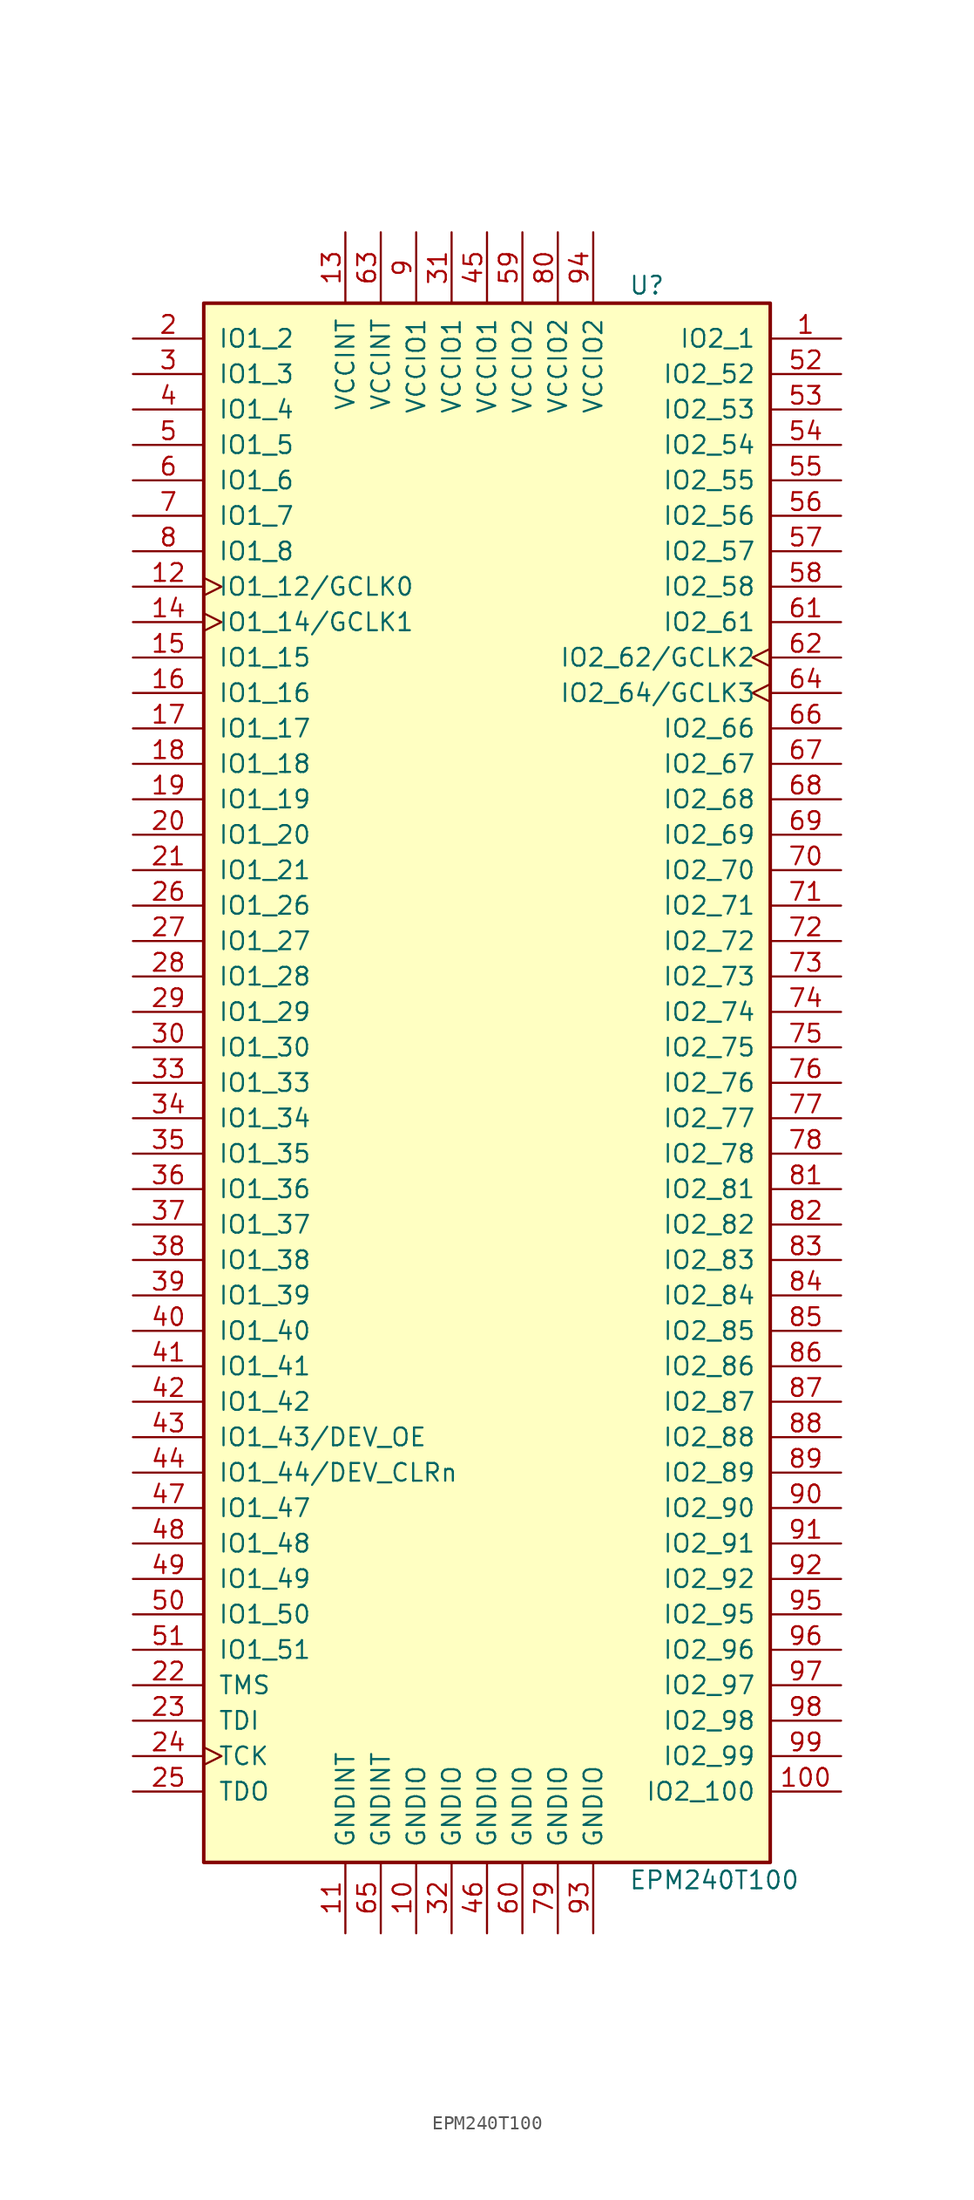
<source format=kicad_sym>
(kicad_symbol_lib
  (version 20231120)
  (generator "kicad_symbol_editor")
  (generator_version "8.0")
  (symbol "EPM240T100"
    (pin_names
      (offset 1.016))
    (property "Reference" "U"
      (at 10.16 57.15 0)
      (effects (font (size 1.27 1.27)) (justify left)))
    (property "Value" "EPM240T100"
      (at 10.16 -57.15 0)
      (effects (font (size 1.27 1.27)) (justify left)))
    (property "ki_locked" ""
      (at 0 0 0)
      (effects (font (size 1.27 1.27))))
    (symbol "EPM240T100_1_1"
      (rectangle (start -20.32 55.88) (end 20.32 -55.88) (stroke (width 0.254) (type default)) (fill (type background)))
      (pin bidirectional line (at 25.4 53.34 180) (length 5.08) (name "IO2_1" (effects (font (size 1.27 1.27)))) (number "1" (effects (font (size 1.27 1.27)))))
      (pin power_in line (at -5.08 -60.96 90) (length 5.08) (name "GNDIO" (effects (font (size 1.27 1.27)))) (number "10" (effects (font (size 1.27 1.27)))))
      (pin bidirectional line (at 25.4 -50.8 180) (length 5.08) (name "IO2_100" (effects (font (size 1.27 1.27)))) (number "100" (effects (font (size 1.27 1.27)))))
      (pin power_in line (at -10.16 -60.96 90) (length 5.08) (name "GNDINT" (effects (font (size 1.27 1.27)))) (number "11" (effects (font (size 1.27 1.27)))))
      (pin bidirectional clock (at -25.4 35.56 0) (length 5.08) (name "IO1_12/GCLK0" (effects (font (size 1.27 1.27)))) (number "12" (effects (font (size 1.27 1.27)))))
      (pin power_in line (at -10.16 60.96 270) (length 5.08) (name "VCCINT" (effects (font (size 1.27 1.27)))) (number "13" (effects (font (size 1.27 1.27)))))
      (pin bidirectional clock (at -25.4 33.02 0) (length 5.08) (name "IO1_14/GCLK1" (effects (font (size 1.27 1.27)))) (number "14" (effects (font (size 1.27 1.27)))))
      (pin bidirectional line (at -25.4 30.48 0) (length 5.08) (name "IO1_15" (effects (font (size 1.27 1.27)))) (number "15" (effects (font (size 1.27 1.27)))))
      (pin bidirectional line (at -25.4 27.94 0) (length 5.08) (name "IO1_16" (effects (font (size 1.27 1.27)))) (number "16" (effects (font (size 1.27 1.27)))))
      (pin bidirectional line (at -25.4 25.4 0) (length 5.08) (name "IO1_17" (effects (font (size 1.27 1.27)))) (number "17" (effects (font (size 1.27 1.27)))))
      (pin bidirectional line (at -25.4 22.86 0) (length 5.08) (name "IO1_18" (effects (font (size 1.27 1.27)))) (number "18" (effects (font (size 1.27 1.27)))))
      (pin bidirectional line (at -25.4 20.32 0) (length 5.08) (name "IO1_19" (effects (font (size 1.27 1.27)))) (number "19" (effects (font (size 1.27 1.27)))))
      (pin bidirectional line (at -25.4 53.34 0) (length 5.08) (name "IO1_2" (effects (font (size 1.27 1.27)))) (number "2" (effects (font (size 1.27 1.27)))))
      (pin bidirectional line (at -25.4 17.78 0) (length 5.08) (name "IO1_20" (effects (font (size 1.27 1.27)))) (number "20" (effects (font (size 1.27 1.27)))))
      (pin bidirectional line (at -25.4 15.24 0) (length 5.08) (name "IO1_21" (effects (font (size 1.27 1.27)))) (number "21" (effects (font (size 1.27 1.27)))))
      (pin input line (at -25.4 -43.18 0) (length 5.08) (name "TMS" (effects (font (size 1.27 1.27)))) (number "22" (effects (font (size 1.27 1.27)))))
      (pin input line (at -25.4 -45.72 0) (length 5.08) (name "TDI" (effects (font (size 1.27 1.27)))) (number "23" (effects (font (size 1.27 1.27)))))
      (pin input clock (at -25.4 -48.26 0) (length 5.08) (name "TCK" (effects (font (size 1.27 1.27)))) (number "24" (effects (font (size 1.27 1.27)))))
      (pin output line (at -25.4 -50.8 0) (length 5.08) (name "TDO" (effects (font (size 1.27 1.27)))) (number "25" (effects (font (size 1.27 1.27)))))
      (pin bidirectional line (at -25.4 12.7 0) (length 5.08) (name "IO1_26" (effects (font (size 1.27 1.27)))) (number "26" (effects (font (size 1.27 1.27)))))
      (pin bidirectional line (at -25.4 10.16 0) (length 5.08) (name "IO1_27" (effects (font (size 1.27 1.27)))) (number "27" (effects (font (size 1.27 1.27)))))
      (pin bidirectional line (at -25.4 7.62 0) (length 5.08) (name "IO1_28" (effects (font (size 1.27 1.27)))) (number "28" (effects (font (size 1.27 1.27)))))
      (pin bidirectional line (at -25.4 5.08 0) (length 5.08) (name "IO1_29" (effects (font (size 1.27 1.27)))) (number "29" (effects (font (size 1.27 1.27)))))
      (pin bidirectional line (at -25.4 50.8 0) (length 5.08) (name "IO1_3" (effects (font (size 1.27 1.27)))) (number "3" (effects (font (size 1.27 1.27)))))
      (pin bidirectional line (at -25.4 2.54 0) (length 5.08) (name "IO1_30" (effects (font (size 1.27 1.27)))) (number "30" (effects (font (size 1.27 1.27)))))
      (pin power_in line (at -2.54 60.96 270) (length 5.08) (name "VCCIO1" (effects (font (size 1.27 1.27)))) (number "31" (effects (font (size 1.27 1.27)))))
      (pin power_in line (at -2.54 -60.96 90) (length 5.08) (name "GNDIO" (effects (font (size 1.27 1.27)))) (number "32" (effects (font (size 1.27 1.27)))))
      (pin bidirectional line (at -25.4 0 0) (length 5.08) (name "IO1_33" (effects (font (size 1.27 1.27)))) (number "33" (effects (font (size 1.27 1.27)))))
      (pin bidirectional line (at -25.4 -2.54 0) (length 5.08) (name "IO1_34" (effects (font (size 1.27 1.27)))) (number "34" (effects (font (size 1.27 1.27)))))
      (pin bidirectional line (at -25.4 -5.08 0) (length 5.08) (name "IO1_35" (effects (font (size 1.27 1.27)))) (number "35" (effects (font (size 1.27 1.27)))))
      (pin bidirectional line (at -25.4 -7.62 0) (length 5.08) (name "IO1_36" (effects (font (size 1.27 1.27)))) (number "36" (effects (font (size 1.27 1.27)))))
      (pin bidirectional line (at -25.4 -10.16 0) (length 5.08) (name "IO1_37" (effects (font (size 1.27 1.27)))) (number "37" (effects (font (size 1.27 1.27)))))
      (pin bidirectional line (at -25.4 -12.7 0) (length 5.08) (name "IO1_38" (effects (font (size 1.27 1.27)))) (number "38" (effects (font (size 1.27 1.27)))))
      (pin bidirectional line (at -25.4 -15.24 0) (length 5.08) (name "IO1_39" (effects (font (size 1.27 1.27)))) (number "39" (effects (font (size 1.27 1.27)))))
      (pin bidirectional line (at -25.4 48.26 0) (length 5.08) (name "IO1_4" (effects (font (size 1.27 1.27)))) (number "4" (effects (font (size 1.27 1.27)))))
      (pin bidirectional line (at -25.4 -17.78 0) (length 5.08) (name "IO1_40" (effects (font (size 1.27 1.27)))) (number "40" (effects (font (size 1.27 1.27)))))
      (pin bidirectional line (at -25.4 -20.32 0) (length 5.08) (name "IO1_41" (effects (font (size 1.27 1.27)))) (number "41" (effects (font (size 1.27 1.27)))))
      (pin bidirectional line (at -25.4 -22.86 0) (length 5.08) (name "IO1_42" (effects (font (size 1.27 1.27)))) (number "42" (effects (font (size 1.27 1.27)))))
      (pin bidirectional line (at -25.4 -25.4 0) (length 5.08) (name "IO1_43/DEV_OE" (effects (font (size 1.27 1.27)))) (number "43" (effects (font (size 1.27 1.27)))))
      (pin bidirectional line (at -25.4 -27.94 0) (length 5.08) (name "IO1_44/DEV_CLRn" (effects (font (size 1.27 1.27)))) (number "44" (effects (font (size 1.27 1.27)))))
      (pin power_in line (at 0 60.96 270) (length 5.08) (name "VCCIO1" (effects (font (size 1.27 1.27)))) (number "45" (effects (font (size 1.27 1.27)))))
      (pin power_in line (at 0 -60.96 90) (length 5.08) (name "GNDIO" (effects (font (size 1.27 1.27)))) (number "46" (effects (font (size 1.27 1.27)))))
      (pin bidirectional line (at -25.4 -30.48 0) (length 5.08) (name "IO1_47" (effects (font (size 1.27 1.27)))) (number "47" (effects (font (size 1.27 1.27)))))
      (pin bidirectional line (at -25.4 -33.02 0) (length 5.08) (name "IO1_48" (effects (font (size 1.27 1.27)))) (number "48" (effects (font (size 1.27 1.27)))))
      (pin bidirectional line (at -25.4 -35.56 0) (length 5.08) (name "IO1_49" (effects (font (size 1.27 1.27)))) (number "49" (effects (font (size 1.27 1.27)))))
      (pin bidirectional line (at -25.4 45.72 0) (length 5.08) (name "IO1_5" (effects (font (size 1.27 1.27)))) (number "5" (effects (font (size 1.27 1.27)))))
      (pin bidirectional line (at -25.4 -38.1 0) (length 5.08) (name "IO1_50" (effects (font (size 1.27 1.27)))) (number "50" (effects (font (size 1.27 1.27)))))
      (pin bidirectional line (at -25.4 -40.64 0) (length 5.08) (name "IO1_51" (effects (font (size 1.27 1.27)))) (number "51" (effects (font (size 1.27 1.27)))))
      (pin bidirectional line (at 25.4 50.8 180) (length 5.08) (name "IO2_52" (effects (font (size 1.27 1.27)))) (number "52" (effects (font (size 1.27 1.27)))))
      (pin bidirectional line (at 25.4 48.26 180) (length 5.08) (name "IO2_53" (effects (font (size 1.27 1.27)))) (number "53" (effects (font (size 1.27 1.27)))))
      (pin bidirectional line (at 25.4 45.72 180) (length 5.08) (name "IO2_54" (effects (font (size 1.27 1.27)))) (number "54" (effects (font (size 1.27 1.27)))))
      (pin bidirectional line (at 25.4 43.18 180) (length 5.08) (name "IO2_55" (effects (font (size 1.27 1.27)))) (number "55" (effects (font (size 1.27 1.27)))))
      (pin bidirectional line (at 25.4 40.64 180) (length 5.08) (name "IO2_56" (effects (font (size 1.27 1.27)))) (number "56" (effects (font (size 1.27 1.27)))))
      (pin bidirectional line (at 25.4 38.1 180) (length 5.08) (name "IO2_57" (effects (font (size 1.27 1.27)))) (number "57" (effects (font (size 1.27 1.27)))))
      (pin bidirectional line (at 25.4 35.56 180) (length 5.08) (name "IO2_58" (effects (font (size 1.27 1.27)))) (number "58" (effects (font (size 1.27 1.27)))))
      (pin power_in line (at 2.54 60.96 270) (length 5.08) (name "VCCIO2" (effects (font (size 1.27 1.27)))) (number "59" (effects (font (size 1.27 1.27)))))
      (pin bidirectional line (at -25.4 43.18 0) (length 5.08) (name "IO1_6" (effects (font (size 1.27 1.27)))) (number "6" (effects (font (size 1.27 1.27)))))
      (pin power_in line (at 2.54 -60.96 90) (length 5.08) (name "GNDIO" (effects (font (size 1.27 1.27)))) (number "60" (effects (font (size 1.27 1.27)))))
      (pin bidirectional line (at 25.4 33.02 180) (length 5.08) (name "IO2_61" (effects (font (size 1.27 1.27)))) (number "61" (effects (font (size 1.27 1.27)))))
      (pin bidirectional clock (at 25.4 30.48 180) (length 5.08) (name "IO2_62/GCLK2" (effects (font (size 1.27 1.27)))) (number "62" (effects (font (size 1.27 1.27)))))
      (pin power_in line (at -7.62 60.96 270) (length 5.08) (name "VCCINT" (effects (font (size 1.27 1.27)))) (number "63" (effects (font (size 1.27 1.27)))))
      (pin bidirectional clock (at 25.4 27.94 180) (length 5.08) (name "IO2_64/GCLK3" (effects (font (size 1.27 1.27)))) (number "64" (effects (font (size 1.27 1.27)))))
      (pin power_in line (at -7.62 -60.96 90) (length 5.08) (name "GNDINT" (effects (font (size 1.27 1.27)))) (number "65" (effects (font (size 1.27 1.27)))))
      (pin bidirectional line (at 25.4 25.4 180) (length 5.08) (name "IO2_66" (effects (font (size 1.27 1.27)))) (number "66" (effects (font (size 1.27 1.27)))))
      (pin bidirectional line (at 25.4 22.86 180) (length 5.08) (name "IO2_67" (effects (font (size 1.27 1.27)))) (number "67" (effects (font (size 1.27 1.27)))))
      (pin bidirectional line (at 25.4 20.32 180) (length 5.08) (name "IO2_68" (effects (font (size 1.27 1.27)))) (number "68" (effects (font (size 1.27 1.27)))))
      (pin bidirectional line (at 25.4 17.78 180) (length 5.08) (name "IO2_69" (effects (font (size 1.27 1.27)))) (number "69" (effects (font (size 1.27 1.27)))))
      (pin bidirectional line (at -25.4 40.64 0) (length 5.08) (name "IO1_7" (effects (font (size 1.27 1.27)))) (number "7" (effects (font (size 1.27 1.27)))))
      (pin bidirectional line (at 25.4 15.24 180) (length 5.08) (name "IO2_70" (effects (font (size 1.27 1.27)))) (number "70" (effects (font (size 1.27 1.27)))))
      (pin bidirectional line (at 25.4 12.7 180) (length 5.08) (name "IO2_71" (effects (font (size 1.27 1.27)))) (number "71" (effects (font (size 1.27 1.27)))))
      (pin bidirectional line (at 25.4 10.16 180) (length 5.08) (name "IO2_72" (effects (font (size 1.27 1.27)))) (number "72" (effects (font (size 1.27 1.27)))))
      (pin bidirectional line (at 25.4 7.62 180) (length 5.08) (name "IO2_73" (effects (font (size 1.27 1.27)))) (number "73" (effects (font (size 1.27 1.27)))))
      (pin bidirectional line (at 25.4 5.08 180) (length 5.08) (name "IO2_74" (effects (font (size 1.27 1.27)))) (number "74" (effects (font (size 1.27 1.27)))))
      (pin bidirectional line (at 25.4 2.54 180) (length 5.08) (name "IO2_75" (effects (font (size 1.27 1.27)))) (number "75" (effects (font (size 1.27 1.27)))))
      (pin bidirectional line (at 25.4 0 180) (length 5.08) (name "IO2_76" (effects (font (size 1.27 1.27)))) (number "76" (effects (font (size 1.27 1.27)))))
      (pin bidirectional line (at 25.4 -2.54 180) (length 5.08) (name "IO2_77" (effects (font (size 1.27 1.27)))) (number "77" (effects (font (size 1.27 1.27)))))
      (pin bidirectional line (at 25.4 -5.08 180) (length 5.08) (name "IO2_78" (effects (font (size 1.27 1.27)))) (number "78" (effects (font (size 1.27 1.27)))))
      (pin power_in line (at 5.08 -60.96 90) (length 5.08) (name "GNDIO" (effects (font (size 1.27 1.27)))) (number "79" (effects (font (size 1.27 1.27)))))
      (pin bidirectional line (at -25.4 38.1 0) (length 5.08) (name "IO1_8" (effects (font (size 1.27 1.27)))) (number "8" (effects (font (size 1.27 1.27)))))
      (pin power_in line (at 5.08 60.96 270) (length 5.08) (name "VCCIO2" (effects (font (size 1.27 1.27)))) (number "80" (effects (font (size 1.27 1.27)))))
      (pin bidirectional line (at 25.4 -7.62 180) (length 5.08) (name "IO2_81" (effects (font (size 1.27 1.27)))) (number "81" (effects (font (size 1.27 1.27)))))
      (pin bidirectional line (at 25.4 -10.16 180) (length 5.08) (name "IO2_82" (effects (font (size 1.27 1.27)))) (number "82" (effects (font (size 1.27 1.27)))))
      (pin bidirectional line (at 25.4 -12.7 180) (length 5.08) (name "IO2_83" (effects (font (size 1.27 1.27)))) (number "83" (effects (font (size 1.27 1.27)))))
      (pin bidirectional line (at 25.4 -15.24 180) (length 5.08) (name "IO2_84" (effects (font (size 1.27 1.27)))) (number "84" (effects (font (size 1.27 1.27)))))
      (pin bidirectional line (at 25.4 -17.78 180) (length 5.08) (name "IO2_85" (effects (font (size 1.27 1.27)))) (number "85" (effects (font (size 1.27 1.27)))))
      (pin bidirectional line (at 25.4 -20.32 180) (length 5.08) (name "IO2_86" (effects (font (size 1.27 1.27)))) (number "86" (effects (font (size 1.27 1.27)))))
      (pin bidirectional line (at 25.4 -22.86 180) (length 5.08) (name "IO2_87" (effects (font (size 1.27 1.27)))) (number "87" (effects (font (size 1.27 1.27)))))
      (pin bidirectional line (at 25.4 -25.4 180) (length 5.08) (name "IO2_88" (effects (font (size 1.27 1.27)))) (number "88" (effects (font (size 1.27 1.27)))))
      (pin bidirectional line (at 25.4 -27.94 180) (length 5.08) (name "IO2_89" (effects (font (size 1.27 1.27)))) (number "89" (effects (font (size 1.27 1.27)))))
      (pin power_in line (at -5.08 60.96 270) (length 5.08) (name "VCCIO1" (effects (font (size 1.27 1.27)))) (number "9" (effects (font (size 1.27 1.27)))))
      (pin bidirectional line (at 25.4 -30.48 180) (length 5.08) (name "IO2_90" (effects (font (size 1.27 1.27)))) (number "90" (effects (font (size 1.27 1.27)))))
      (pin bidirectional line (at 25.4 -33.02 180) (length 5.08) (name "IO2_91" (effects (font (size 1.27 1.27)))) (number "91" (effects (font (size 1.27 1.27)))))
      (pin bidirectional line (at 25.4 -35.56 180) (length 5.08) (name "IO2_92" (effects (font (size 1.27 1.27)))) (number "92" (effects (font (size 1.27 1.27)))))
      (pin power_in line (at 7.62 -60.96 90) (length 5.08) (name "GNDIO" (effects (font (size 1.27 1.27)))) (number "93" (effects (font (size 1.27 1.27)))))
      (pin power_in line (at 7.62 60.96 270) (length 5.08) (name "VCCIO2" (effects (font (size 1.27 1.27)))) (number "94" (effects (font (size 1.27 1.27)))))
      (pin bidirectional line (at 25.4 -38.1 180) (length 5.08) (name "IO2_95" (effects (font (size 1.27 1.27)))) (number "95" (effects (font (size 1.27 1.27)))))
      (pin bidirectional line (at 25.4 -40.64 180) (length 5.08) (name "IO2_96" (effects (font (size 1.27 1.27)))) (number "96" (effects (font (size 1.27 1.27)))))
      (pin bidirectional line (at 25.4 -43.18 180) (length 5.08) (name "IO2_97" (effects (font (size 1.27 1.27)))) (number "97" (effects (font (size 1.27 1.27)))))
      (pin bidirectional line (at 25.4 -45.72 180) (length 5.08) (name "IO2_98" (effects (font (size 1.27 1.27)))) (number "98" (effects (font (size 1.27 1.27)))))
      (pin bidirectional line (at 25.4 -48.26 180) (length 5.08) (name "IO2_99" (effects (font (size 1.27 1.27)))) (number "99" (effects (font (size 1.27 1.27))))))))
</source>
